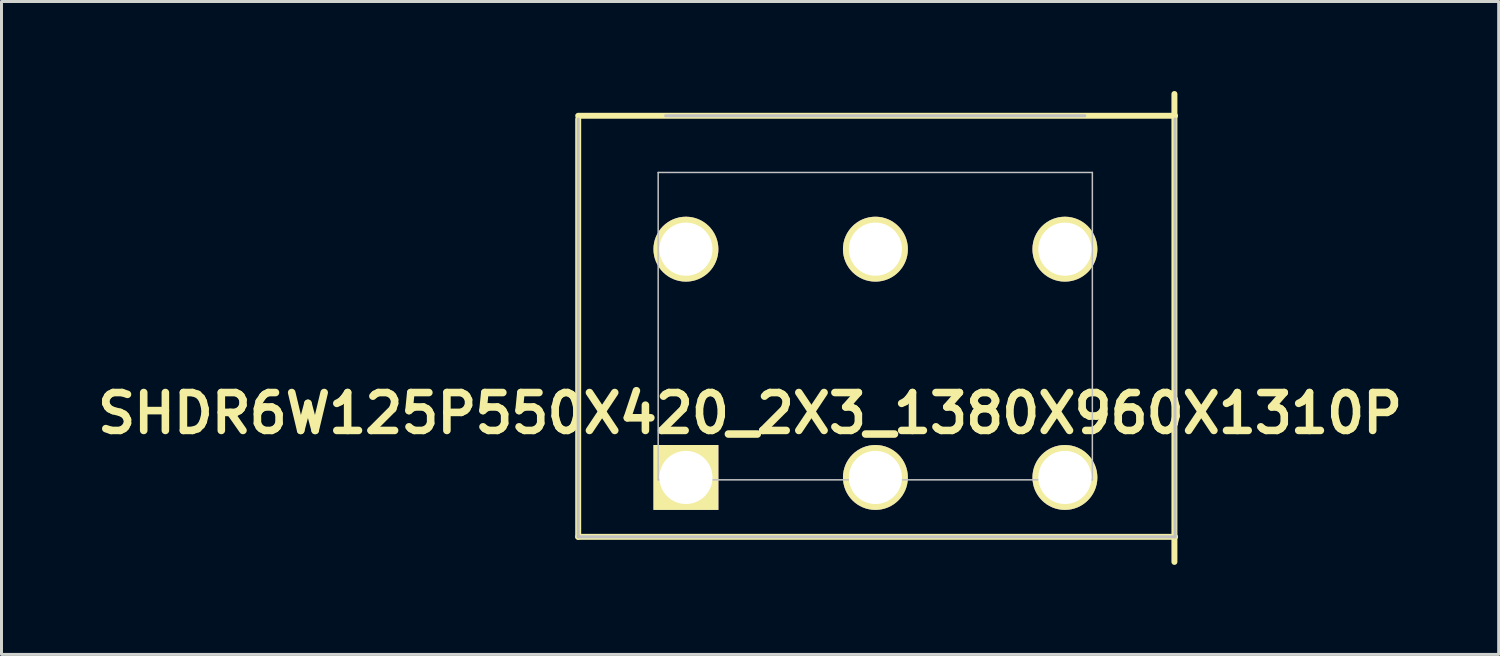
<source format=kicad_pcb>
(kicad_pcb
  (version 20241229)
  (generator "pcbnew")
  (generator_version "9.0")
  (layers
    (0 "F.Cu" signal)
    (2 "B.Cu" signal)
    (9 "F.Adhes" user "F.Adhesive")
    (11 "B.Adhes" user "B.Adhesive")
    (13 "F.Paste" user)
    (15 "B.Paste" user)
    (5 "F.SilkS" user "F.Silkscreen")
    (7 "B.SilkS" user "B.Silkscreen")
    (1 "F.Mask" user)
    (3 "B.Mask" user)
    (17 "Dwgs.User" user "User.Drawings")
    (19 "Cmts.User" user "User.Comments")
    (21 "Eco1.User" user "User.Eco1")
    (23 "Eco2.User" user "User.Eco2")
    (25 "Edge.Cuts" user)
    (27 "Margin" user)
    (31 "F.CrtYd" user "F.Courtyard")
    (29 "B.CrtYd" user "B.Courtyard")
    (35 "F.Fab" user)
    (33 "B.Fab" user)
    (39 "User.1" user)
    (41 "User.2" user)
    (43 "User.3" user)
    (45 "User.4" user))
  (footprint "SHDR6W125P550X420_2X3_1380X960X1310P"
    (layer "F.Cu")
    (at 26.326 7.94)
    (property "Reference" "SHDR6W125P550X420_2X3_1380X960X1310P" (at -4.24 2.86 0) (layer "F.SilkS") (effects (font (size 1.27 1.27) (thickness 0.254))))
    (attr through_hole)
    (fp_line (start -10 -7) (end -10 7) (stroke (width 0.2) (type solid)) (layer "F.SilkS"))
    (fp_line (start -10 7) (end 10 7) (stroke (width 0.2) (type solid)) (layer "F.SilkS"))
    (fp_line (start 9.98 7.84) (end 9.98 -7.84) (stroke (width 0.2) (type solid)) (layer "F.SilkS"))
    (fp_line (start 10 -7.11) (end -10 -7.11) (stroke (width 0.2) (type solid)) (layer "F.SilkS"))
    (fp_line (start -10 7) (end -10 -7) (stroke (width 0.1) (type solid)) (layer "Dwgs.User"))
    (fp_line (start -7.32 -5.21) (end 7.23 -5.21) (stroke (width 0.05) (type solid)) (layer "Dwgs.User"))
    (fp_line (start -7.32 5.09) (end -7.32 -5.21) (stroke (width 0.05) (type solid)) (layer "Dwgs.User"))
    (fp_line (start -7.07 -7.11) (end 6.98 -7.11) (stroke (width 0.1) (type solid)) (layer "Dwgs.User"))
    (fp_line (start 7.23 -5.21) (end 7.23 5.09) (stroke (width 0.05) (type solid)) (layer "Dwgs.User"))
    (fp_line (start 7.23 5.09) (end -7.32 5.09) (stroke (width 0.05) (type solid)) (layer "Dwgs.User"))
    (fp_line (start 10 -7) (end 10 7) (stroke (width 0.1) (type solid)) (layer "Dwgs.User"))
    (fp_line (start 10 7) (end -10 7) (stroke (width 0.1) (type solid)) (layer "Dwgs.User"))
    (pad "1" thru_hole rect (at -6.39 5.01 90) (size 2.175 2.175) (drill 1.78) (layers "*.Cu" "*.Mask" "F.SilkS"))
    (pad "2" thru_hole circle (at -6.39 -2.64 90) (size 2.175 2.175) (drill 1.78) (layers "*.Cu" "*.Mask" "F.SilkS"))
    (pad "3" thru_hole circle (at -0.04 5.01 90) (size 2.175 2.175) (drill 1.78) (layers "*.Cu" "*.Mask" "F.SilkS"))
    (pad "4" thru_hole circle (at -0.04 -2.64 90) (size 2.175 2.175) (drill 1.78) (layers "*.Cu" "*.Mask" "F.SilkS"))
    (pad "5" thru_hole circle (at 6.31 5.01 90) (size 2.175 2.175) (drill 1.78) (layers "*.Cu" "*.Mask" "F.SilkS"))
    (pad "6" thru_hole circle (at 6.31 -2.64 90) (size 2.175 2.175) (drill 1.78) (layers "*.Cu" "*.Mask" "F.SilkS")))
  (gr_rect
    (start -3 -3)
    (end 47.172 18.88)
    (stroke (width 0.1) (type default))
    (fill no)
    (layer "Edge.Cuts")))
</source>
